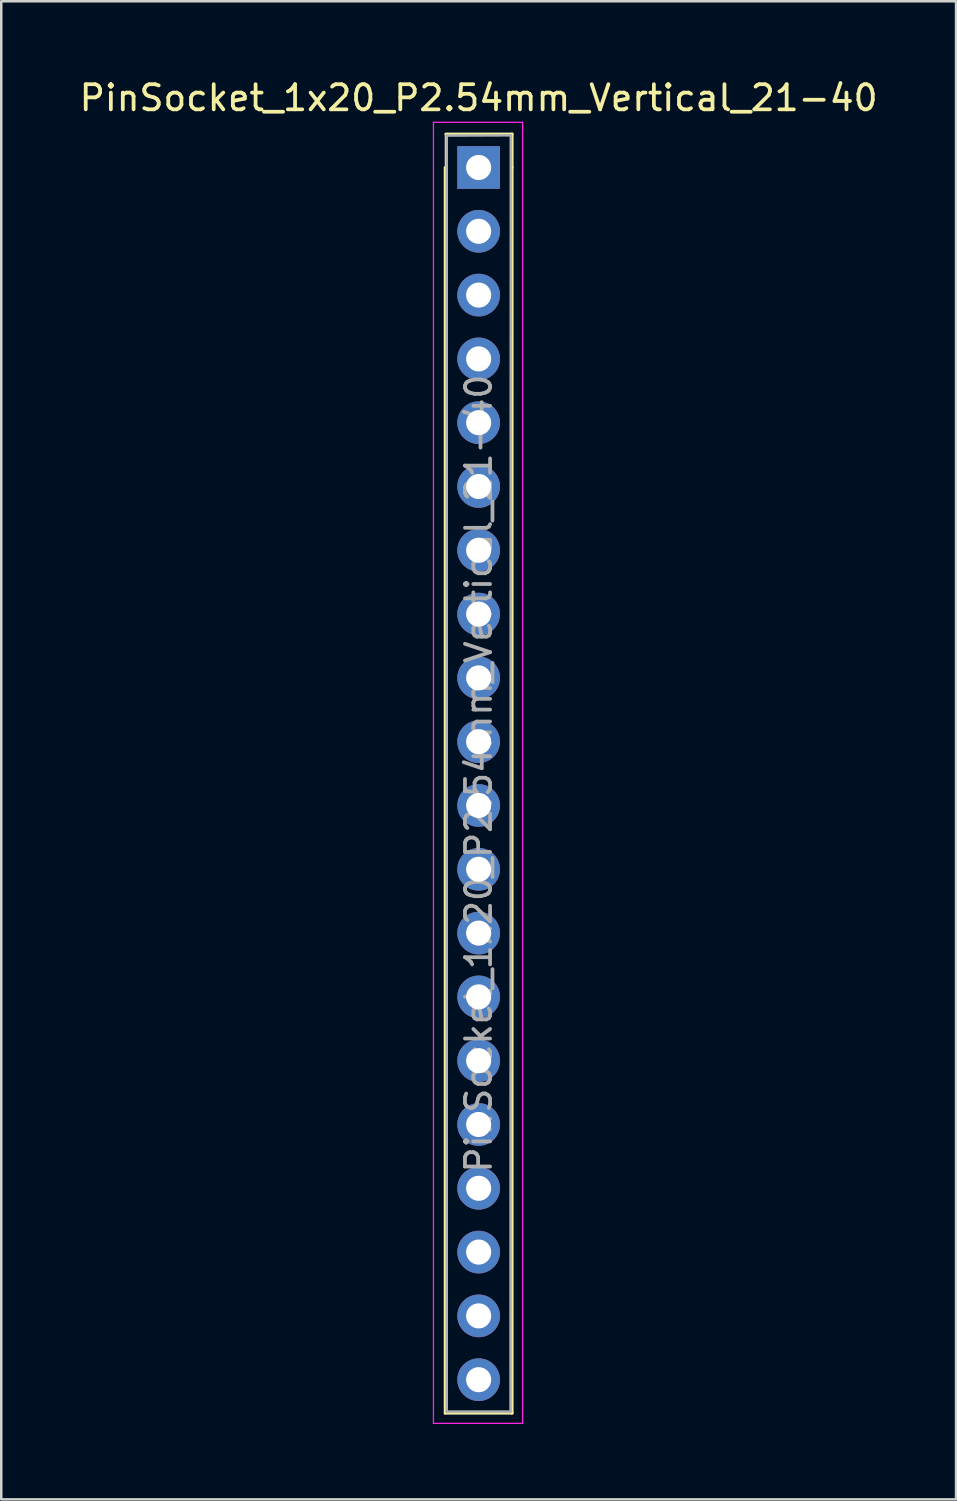
<source format=kicad_pcb>
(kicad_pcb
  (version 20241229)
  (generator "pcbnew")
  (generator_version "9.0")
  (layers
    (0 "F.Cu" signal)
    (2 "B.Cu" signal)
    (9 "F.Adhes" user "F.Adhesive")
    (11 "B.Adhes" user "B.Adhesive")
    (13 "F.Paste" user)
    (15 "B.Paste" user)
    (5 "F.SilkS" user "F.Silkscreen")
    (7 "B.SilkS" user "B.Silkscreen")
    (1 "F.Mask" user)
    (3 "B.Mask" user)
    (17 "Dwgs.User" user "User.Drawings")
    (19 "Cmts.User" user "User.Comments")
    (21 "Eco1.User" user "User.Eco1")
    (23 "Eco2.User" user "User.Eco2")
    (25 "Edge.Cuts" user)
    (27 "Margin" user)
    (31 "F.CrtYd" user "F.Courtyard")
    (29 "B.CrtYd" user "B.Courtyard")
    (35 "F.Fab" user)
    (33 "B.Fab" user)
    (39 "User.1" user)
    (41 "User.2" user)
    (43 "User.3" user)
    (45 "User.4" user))
  (footprint "PinSocket_1x20_P2.54mm_Vertical_21-40"
    (layer "F.Cu")
    (at 16.006 3.618)
    (property "Reference" "PinSocket_1x20_P2.54mm_Vertical_21-40" (at 0 -2.77 0) (layer "F.SilkS") (effects (font (size 1 1) (thickness 0.15))))
    (attr through_hole)
    (fp_line (start -1.33 0) (end -1.33 49.59) (stroke (width 0.12) (type solid)) (layer "F.SilkS"))
    (fp_line (start -1.33 49.59) (end 1.33 49.59) (stroke (width 0.12) (type solid)) (layer "F.SilkS"))
    (fp_line (start -1.3 -1.33) (end 1.33 -1.33) (stroke (width 0.12) (type solid)) (layer "F.SilkS"))
    (fp_line (start -1.3 0) (end -1.3 -1.33) (stroke (width 0.1) (type default)) (layer "F.SilkS"))
    (fp_line (start 1.33 -1.33) (end 1.33 0) (stroke (width 0.12) (type solid)) (layer "F.SilkS"))
    (fp_line (start 1.33 0) (end 1.33 49.59) (stroke (width 0.12) (type solid)) (layer "F.SilkS"))
    (fp_line (start -1.8 -1.8) (end 1.75 -1.8) (stroke (width 0.05) (type solid)) (layer "F.CrtYd"))
    (fp_line (start -1.8 50) (end -1.8 -1.8) (stroke (width 0.05) (type solid)) (layer "F.CrtYd"))
    (fp_line (start 1.75 -1.8) (end 1.75 50) (stroke (width 0.05) (type solid)) (layer "F.CrtYd"))
    (fp_line (start 1.75 50) (end -1.8 50) (stroke (width 0.05) (type solid)) (layer "F.CrtYd"))
    (fp_line (start -1.27 -1.27) (end 1.28 -1.28) (stroke (width 0.1) (type solid)) (layer "F.Fab"))
    (fp_line (start -1.27 49.53) (end -1.27 -1.27) (stroke (width 0.1) (type solid)) (layer "F.Fab"))
    (fp_line (start 1.27 49.53) (end -1.27 49.53) (stroke (width 0.1) (type solid)) (layer "F.Fab"))
    (fp_line (start 1.28 -1.28) (end 1.27 49.53) (stroke (width 0.1) (type solid)) (layer "F.Fab"))
    (fp_text user "${REFERENCE}" (at 0 24.13 90) (layer "F.Fab") (effects (font (size 1 1) (thickness 0.15))))
    (pad "21" thru_hole circle (at 0 48.26) (size 1.7 1.7) (drill 1) (layers "*.Cu" "*.Mask"))
    (pad "22" thru_hole circle (at 0 45.72) (size 1.7 1.7) (drill 1) (layers "*.Cu" "*.Mask"))
    (pad "23" thru_hole circle (at 0 43.18) (size 1.7 1.7) (drill 1) (layers "*.Cu" "*.Mask"))
    (pad "24" thru_hole circle (at 0 40.64) (size 1.7 1.7) (drill 1) (layers "*.Cu" "*.Mask"))
    (pad "25" thru_hole circle (at 0 38.1) (size 1.7 1.7) (drill 1) (layers "*.Cu" "*.Mask"))
    (pad "26" thru_hole circle (at 0 35.56) (size 1.7 1.7) (drill 1) (layers "*.Cu" "*.Mask"))
    (pad "27" thru_hole circle (at 0 33.02) (size 1.7 1.7) (drill 1) (layers "*.Cu" "*.Mask"))
    (pad "28" thru_hole circle (at 0 30.48) (size 1.7 1.7) (drill 1) (layers "*.Cu" "*.Mask"))
    (pad "29" thru_hole circle (at 0 27.94) (size 1.7 1.7) (drill 1) (layers "*.Cu" "*.Mask"))
    (pad "30" thru_hole circle (at 0 25.4) (size 1.7 1.7) (drill 1) (layers "*.Cu" "*.Mask"))
    (pad "31" thru_hole circle (at 0 22.86) (size 1.7 1.7) (drill 1) (layers "*.Cu" "*.Mask"))
    (pad "32" thru_hole circle (at 0 20.32) (size 1.7 1.7) (drill 1) (layers "*.Cu" "*.Mask"))
    (pad "33" thru_hole circle (at 0 17.78) (size 1.7 1.7) (drill 1) (layers "*.Cu" "*.Mask"))
    (pad "34" thru_hole circle (at 0 15.24) (size 1.7 1.7) (drill 1) (layers "*.Cu" "*.Mask"))
    (pad "35" thru_hole circle (at 0 12.7) (size 1.7 1.7) (drill 1) (layers "*.Cu" "*.Mask"))
    (pad "36" thru_hole circle (at 0 10.16) (size 1.7 1.7) (drill 1) (layers "*.Cu" "*.Mask"))
    (pad "37" thru_hole circle (at 0 7.62) (size 1.7 1.7) (drill 1) (layers "*.Cu" "*.Mask"))
    (pad "38" thru_hole circle (at 0 5.08) (size 1.7 1.7) (drill 1) (layers "*.Cu" "*.Mask"))
    (pad "39" thru_hole circle (at 0 2.54) (size 1.7 1.7) (drill 1) (layers "*.Cu" "*.Mask"))
    (pad "40" thru_hole rect (at 0 0) (size 1.7 1.7) (drill 1) (layers "*.Cu" "*.Mask")))
  (gr_rect
    (start -3 -3)
    (end 35.012 56.643)
    (stroke (width 0.1) (type default))
    (fill no)
    (layer "Edge.Cuts")))
</source>
